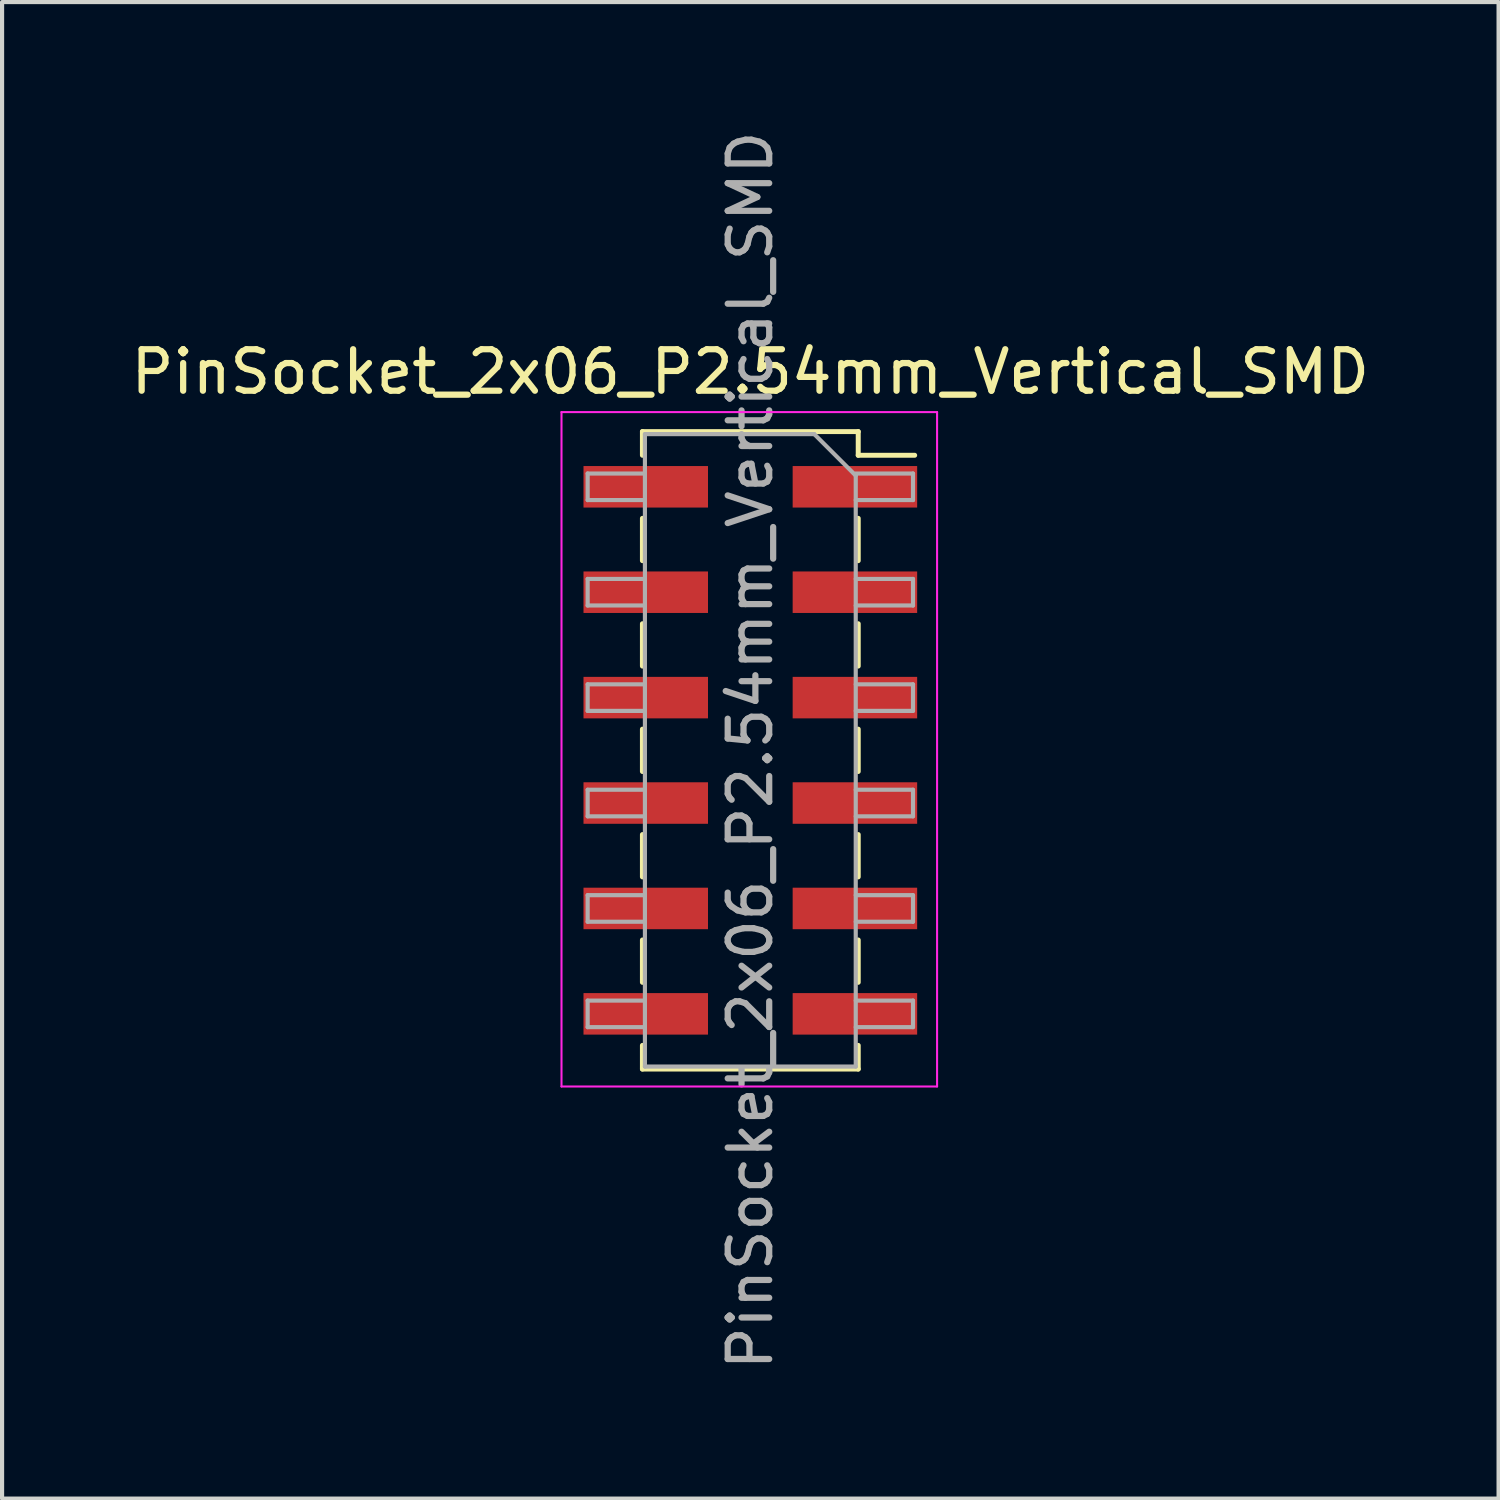
<source format=kicad_pcb>
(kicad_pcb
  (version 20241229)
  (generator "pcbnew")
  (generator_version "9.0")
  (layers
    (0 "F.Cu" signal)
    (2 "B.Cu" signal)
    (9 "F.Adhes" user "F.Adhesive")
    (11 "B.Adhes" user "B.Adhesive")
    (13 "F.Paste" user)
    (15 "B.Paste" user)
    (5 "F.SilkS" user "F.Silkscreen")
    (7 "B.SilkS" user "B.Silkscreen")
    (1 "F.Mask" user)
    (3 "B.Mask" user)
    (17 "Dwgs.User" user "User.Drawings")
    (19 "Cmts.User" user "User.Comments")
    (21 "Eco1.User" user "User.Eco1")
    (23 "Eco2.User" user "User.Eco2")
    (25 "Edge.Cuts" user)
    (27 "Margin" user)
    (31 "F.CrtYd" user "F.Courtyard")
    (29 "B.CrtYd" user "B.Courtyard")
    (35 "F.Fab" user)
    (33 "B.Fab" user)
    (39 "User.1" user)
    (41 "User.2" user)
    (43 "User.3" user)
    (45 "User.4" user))
  (footprint "PinSocket_2x06_P2.54mm_Vertical_SMD"
    (layer "F.Cu")
    (at 15.03 15.03)
    (property "Reference" "PinSocket_2x06_P2.54mm_Vertical_SMD" (at 0 -9.12 0) (layer "F.SilkS") (effects (font (size 1 1) (thickness 0.15))))
    (attr smd)
    (fp_line (start -2.6 -7.68) (end -2.6 -7.11) (stroke (width 0.12) (type solid)) (layer "F.SilkS"))
    (fp_line (start -2.6 -7.68) (end 2.6 -7.68) (stroke (width 0.12) (type solid)) (layer "F.SilkS"))
    (fp_line (start -2.6 -5.59) (end -2.6 -4.57) (stroke (width 0.12) (type solid)) (layer "F.SilkS"))
    (fp_line (start -2.6 -3.05) (end -2.6 -2.03) (stroke (width 0.12) (type solid)) (layer "F.SilkS"))
    (fp_line (start -2.6 -0.51) (end -2.6 0.51) (stroke (width 0.12) (type solid)) (layer "F.SilkS"))
    (fp_line (start -2.6 2.03) (end -2.6 3.05) (stroke (width 0.12) (type solid)) (layer "F.SilkS"))
    (fp_line (start -2.6 4.57) (end -2.6 5.59) (stroke (width 0.12) (type solid)) (layer "F.SilkS"))
    (fp_line (start -2.6 7.11) (end -2.6 7.68) (stroke (width 0.12) (type solid)) (layer "F.SilkS"))
    (fp_line (start -2.6 7.68) (end 2.6 7.68) (stroke (width 0.12) (type solid)) (layer "F.SilkS"))
    (fp_line (start 2.6 -7.68) (end 2.6 -7.11) (stroke (width 0.12) (type solid)) (layer "F.SilkS"))
    (fp_line (start 2.6 -7.11) (end 3.96 -7.11) (stroke (width 0.12) (type solid)) (layer "F.SilkS"))
    (fp_line (start 2.6 -5.59) (end 2.6 -4.57) (stroke (width 0.12) (type solid)) (layer "F.SilkS"))
    (fp_line (start 2.6 -3.05) (end 2.6 -2.03) (stroke (width 0.12) (type solid)) (layer "F.SilkS"))
    (fp_line (start 2.6 -0.51) (end 2.6 0.51) (stroke (width 0.12) (type solid)) (layer "F.SilkS"))
    (fp_line (start 2.6 2.03) (end 2.6 3.05) (stroke (width 0.12) (type solid)) (layer "F.SilkS"))
    (fp_line (start 2.6 4.57) (end 2.6 5.59) (stroke (width 0.12) (type solid)) (layer "F.SilkS"))
    (fp_line (start 2.6 7.11) (end 2.6 7.68) (stroke (width 0.12) (type solid)) (layer "F.SilkS"))
    (fp_line (start -4.55 -8.15) (end 4.5 -8.15) (stroke (width 0.05) (type solid)) (layer "F.CrtYd"))
    (fp_line (start -4.55 8.1) (end -4.55 -8.15) (stroke (width 0.05) (type solid)) (layer "F.CrtYd"))
    (fp_line (start 4.5 -8.15) (end 4.5 8.1) (stroke (width 0.05) (type solid)) (layer "F.CrtYd"))
    (fp_line (start 4.5 8.1) (end -4.55 8.1) (stroke (width 0.05) (type solid)) (layer "F.CrtYd"))
    (fp_line (start -3.92 -6.67) (end -2.54 -6.67) (stroke (width 0.1) (type solid)) (layer "F.Fab"))
    (fp_line (start -3.92 -6.03) (end -3.92 -6.67) (stroke (width 0.1) (type solid)) (layer "F.Fab"))
    (fp_line (start -3.92 -4.13) (end -2.54 -4.13) (stroke (width 0.1) (type solid)) (layer "F.Fab"))
    (fp_line (start -3.92 -3.49) (end -3.92 -4.13) (stroke (width 0.1) (type solid)) (layer "F.Fab"))
    (fp_line (start -3.92 -1.59) (end -2.54 -1.59) (stroke (width 0.1) (type solid)) (layer "F.Fab"))
    (fp_line (start -3.92 -0.95) (end -3.92 -1.59) (stroke (width 0.1) (type solid)) (layer "F.Fab"))
    (fp_line (start -3.92 0.95) (end -2.54 0.95) (stroke (width 0.1) (type solid)) (layer "F.Fab"))
    (fp_line (start -3.92 1.59) (end -3.92 0.95) (stroke (width 0.1) (type solid)) (layer "F.Fab"))
    (fp_line (start -3.92 3.49) (end -2.54 3.49) (stroke (width 0.1) (type solid)) (layer "F.Fab"))
    (fp_line (start -3.92 4.13) (end -3.92 3.49) (stroke (width 0.1) (type solid)) (layer "F.Fab"))
    (fp_line (start -3.92 6.03) (end -2.54 6.03) (stroke (width 0.1) (type solid)) (layer "F.Fab"))
    (fp_line (start -3.92 6.67) (end -3.92 6.03) (stroke (width 0.1) (type solid)) (layer "F.Fab"))
    (fp_line (start -2.54 -7.62) (end 1.54 -7.62) (stroke (width 0.1) (type solid)) (layer "F.Fab"))
    (fp_line (start -2.54 -6.03) (end -3.92 -6.03) (stroke (width 0.1) (type solid)) (layer "F.Fab"))
    (fp_line (start -2.54 -3.49) (end -3.92 -3.49) (stroke (width 0.1) (type solid)) (layer "F.Fab"))
    (fp_line (start -2.54 -0.95) (end -3.92 -0.95) (stroke (width 0.1) (type solid)) (layer "F.Fab"))
    (fp_line (start -2.54 1.59) (end -3.92 1.59) (stroke (width 0.1) (type solid)) (layer "F.Fab"))
    (fp_line (start -2.54 4.13) (end -3.92 4.13) (stroke (width 0.1) (type solid)) (layer "F.Fab"))
    (fp_line (start -2.54 6.67) (end -3.92 6.67) (stroke (width 0.1) (type solid)) (layer "F.Fab"))
    (fp_line (start -2.54 7.62) (end -2.54 -7.62) (stroke (width 0.1) (type solid)) (layer "F.Fab"))
    (fp_line (start 1.54 -7.62) (end 2.54 -6.62) (stroke (width 0.1) (type solid)) (layer "F.Fab"))
    (fp_line (start 2.54 -6.67) (end 3.92 -6.67) (stroke (width 0.1) (type solid)) (layer "F.Fab"))
    (fp_line (start 2.54 -6.62) (end 2.54 7.62) (stroke (width 0.1) (type solid)) (layer "F.Fab"))
    (fp_line (start 2.54 -4.13) (end 3.92 -4.13) (stroke (width 0.1) (type solid)) (layer "F.Fab"))
    (fp_line (start 2.54 -1.59) (end 3.92 -1.59) (stroke (width 0.1) (type solid)) (layer "F.Fab"))
    (fp_line (start 2.54 0.95) (end 3.92 0.95) (stroke (width 0.1) (type solid)) (layer "F.Fab"))
    (fp_line (start 2.54 3.49) (end 3.92 3.49) (stroke (width 0.1) (type solid)) (layer "F.Fab"))
    (fp_line (start 2.54 6.03) (end 3.92 6.03) (stroke (width 0.1) (type solid)) (layer "F.Fab"))
    (fp_line (start 2.54 7.62) (end -2.54 7.62) (stroke (width 0.1) (type solid)) (layer "F.Fab"))
    (fp_line (start 3.92 -6.67) (end 3.92 -6.03) (stroke (width 0.1) (type solid)) (layer "F.Fab"))
    (fp_line (start 3.92 -6.03) (end 2.54 -6.03) (stroke (width 0.1) (type solid)) (layer "F.Fab"))
    (fp_line (start 3.92 -4.13) (end 3.92 -3.49) (stroke (width 0.1) (type solid)) (layer "F.Fab"))
    (fp_line (start 3.92 -3.49) (end 2.54 -3.49) (stroke (width 0.1) (type solid)) (layer "F.Fab"))
    (fp_line (start 3.92 -1.59) (end 3.92 -0.95) (stroke (width 0.1) (type solid)) (layer "F.Fab"))
    (fp_line (start 3.92 -0.95) (end 2.54 -0.95) (stroke (width 0.1) (type solid)) (layer "F.Fab"))
    (fp_line (start 3.92 0.95) (end 3.92 1.59) (stroke (width 0.1) (type solid)) (layer "F.Fab"))
    (fp_line (start 3.92 1.59) (end 2.54 1.59) (stroke (width 0.1) (type solid)) (layer "F.Fab"))
    (fp_line (start 3.92 3.49) (end 3.92 4.13) (stroke (width 0.1) (type solid)) (layer "F.Fab"))
    (fp_line (start 3.92 4.13) (end 2.54 4.13) (stroke (width 0.1) (type solid)) (layer "F.Fab"))
    (fp_line (start 3.92 6.03) (end 3.92 6.67) (stroke (width 0.1) (type solid)) (layer "F.Fab"))
    (fp_line (start 3.92 6.67) (end 2.54 6.67) (stroke (width 0.1) (type solid)) (layer "F.Fab"))
    (fp_text user "${REFERENCE}" (at 0 0 90) (layer "F.Fab") (effects (font (size 1 1) (thickness 0.15))))
    (pad "1" smd rect (at 2.52 -6.35) (size 3 1) (layers "F.Cu" "F.Mask" "F.Paste"))
    (pad "2" smd rect (at -2.52 -6.35) (size 3 1) (layers "F.Cu" "F.Mask" "F.Paste"))
    (pad "3" smd rect (at 2.52 -3.81) (size 3 1) (layers "F.Cu" "F.Mask" "F.Paste"))
    (pad "4" smd rect (at -2.52 -3.81) (size 3 1) (layers "F.Cu" "F.Mask" "F.Paste"))
    (pad "5" smd rect (at 2.52 -1.27) (size 3 1) (layers "F.Cu" "F.Mask" "F.Paste"))
    (pad "6" smd rect (at -2.52 -1.27) (size 3 1) (layers "F.Cu" "F.Mask" "F.Paste"))
    (pad "7" smd rect (at 2.52 1.27) (size 3 1) (layers "F.Cu" "F.Mask" "F.Paste"))
    (pad "8" smd rect (at -2.52 1.27) (size 3 1) (layers "F.Cu" "F.Mask" "F.Paste"))
    (pad "9" smd rect (at 2.52 3.81) (size 3 1) (layers "F.Cu" "F.Mask" "F.Paste"))
    (pad "10" smd rect (at -2.52 3.81) (size 3 1) (layers "F.Cu" "F.Mask" "F.Paste"))
    (pad "11" smd rect (at 2.52 6.35) (size 3 1) (layers "F.Cu" "F.Mask" "F.Paste"))
    (pad "12" smd rect (at -2.52 6.35) (size 3 1) (layers "F.Cu" "F.Mask" "F.Paste")))
  (gr_rect
    (start -3 -3)
    (end 33.06 33.06)
    (stroke (width 0.1) (type default))
    (fill no)
    (layer "Edge.Cuts")))
</source>
